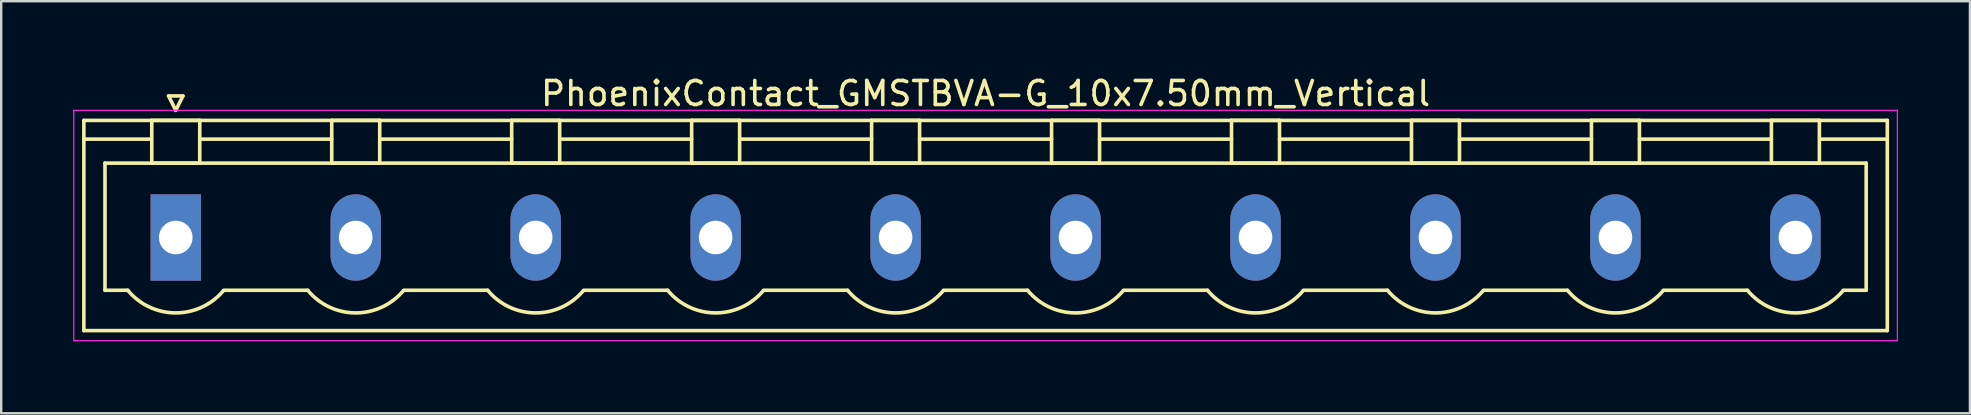
<source format=kicad_pcb>
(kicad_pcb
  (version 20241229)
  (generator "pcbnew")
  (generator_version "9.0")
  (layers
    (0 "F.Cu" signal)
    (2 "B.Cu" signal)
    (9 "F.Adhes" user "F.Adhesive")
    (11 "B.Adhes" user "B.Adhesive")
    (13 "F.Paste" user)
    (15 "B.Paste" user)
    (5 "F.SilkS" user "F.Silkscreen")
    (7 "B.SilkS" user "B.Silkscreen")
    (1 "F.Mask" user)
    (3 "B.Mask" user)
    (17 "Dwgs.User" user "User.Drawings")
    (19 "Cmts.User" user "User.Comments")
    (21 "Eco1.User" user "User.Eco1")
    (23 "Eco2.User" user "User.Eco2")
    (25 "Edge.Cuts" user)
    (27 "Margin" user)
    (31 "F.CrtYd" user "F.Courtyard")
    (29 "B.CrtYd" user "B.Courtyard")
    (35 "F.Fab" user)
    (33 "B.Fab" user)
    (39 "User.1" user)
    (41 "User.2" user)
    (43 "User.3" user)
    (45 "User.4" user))
  (footprint "PhoenixContact_GMSTBVA-G_10x7.50mm_Vertical"
    (layer "F.Cu")
    (at 4.275 6.848)
    (property "Reference" "PhoenixContact_GMSTBVA-G_10x7.50mm_Vertical" (at 33.75 -6 0) (layer "F.SilkS") (effects (font (size 1 1) (thickness 0.15))))
    (attr through_hole)
    (fp_line (start -3.83 -4.88) (end -3.83 3.88) (stroke (width 0.15) (type solid)) (layer "F.SilkS"))
    (fp_line (start -3.83 -4.1) (end -1.08 -4.1) (stroke (width 0.15) (type solid)) (layer "F.SilkS"))
    (fp_line (start -3.83 3.88) (end 71.33 3.88) (stroke (width 0.15) (type solid)) (layer "F.SilkS"))
    (fp_line (start -2.95 -3.1) (end 70.45 -3.1) (stroke (width 0.15) (type solid)) (layer "F.SilkS"))
    (fp_line (start -2.95 2.2) (end -2.95 -3.1) (stroke (width 0.15) (type solid)) (layer "F.SilkS"))
    (fp_line (start -2 2.2) (end -2.95 2.2) (stroke (width 0.15) (type solid)) (layer "F.SilkS"))
    (fp_line (start -1 -4.88) (end 1 -4.88) (stroke (width 0.15) (type solid)) (layer "F.SilkS"))
    (fp_line (start -1 -3.1) (end -1 -4.88) (stroke (width 0.15) (type solid)) (layer "F.SilkS"))
    (fp_line (start -0.3 -5.9) (end 0 -5.3) (stroke (width 0.15) (type solid)) (layer "F.SilkS"))
    (fp_line (start 0 -5.3) (end 0.3 -5.9) (stroke (width 0.15) (type solid)) (layer "F.SilkS"))
    (fp_line (start 0.3 -5.9) (end -0.3 -5.9) (stroke (width 0.15) (type solid)) (layer "F.SilkS"))
    (fp_line (start 1 -4.88) (end 1 -3.1) (stroke (width 0.15) (type solid)) (layer "F.SilkS"))
    (fp_line (start 1 -4.1) (end 6.5 -4.1) (stroke (width 0.15) (type solid)) (layer "F.SilkS"))
    (fp_line (start 1 -3.1) (end -1 -3.1) (stroke (width 0.15) (type solid)) (layer "F.SilkS"))
    (fp_line (start 2 2.2) (end 5.5 2.2) (stroke (width 0.15) (type solid)) (layer "F.SilkS"))
    (fp_line (start 6.5 -4.88) (end 8.5 -4.88) (stroke (width 0.15) (type solid)) (layer "F.SilkS"))
    (fp_line (start 6.5 -3.1) (end 6.5 -4.88) (stroke (width 0.15) (type solid)) (layer "F.SilkS"))
    (fp_line (start 8.5 -4.88) (end 8.5 -3.1) (stroke (width 0.15) (type solid)) (layer "F.SilkS"))
    (fp_line (start 8.5 -4.1) (end 14 -4.1) (stroke (width 0.15) (type solid)) (layer "F.SilkS"))
    (fp_line (start 8.5 -3.1) (end 6.5 -3.1) (stroke (width 0.15) (type solid)) (layer "F.SilkS"))
    (fp_line (start 9.5 2.2) (end 13 2.2) (stroke (width 0.15) (type solid)) (layer "F.SilkS"))
    (fp_line (start 14 -4.88) (end 16 -4.88) (stroke (width 0.15) (type solid)) (layer "F.SilkS"))
    (fp_line (start 14 -3.1) (end 14 -4.88) (stroke (width 0.15) (type solid)) (layer "F.SilkS"))
    (fp_line (start 16 -4.88) (end 16 -3.1) (stroke (width 0.15) (type solid)) (layer "F.SilkS"))
    (fp_line (start 16 -4.1) (end 21.5 -4.1) (stroke (width 0.15) (type solid)) (layer "F.SilkS"))
    (fp_line (start 16 -3.1) (end 14 -3.1) (stroke (width 0.15) (type solid)) (layer "F.SilkS"))
    (fp_line (start 17 2.2) (end 20.5 2.2) (stroke (width 0.15) (type solid)) (layer "F.SilkS"))
    (fp_line (start 21.5 -4.88) (end 23.5 -4.88) (stroke (width 0.15) (type solid)) (layer "F.SilkS"))
    (fp_line (start 21.5 -3.1) (end 21.5 -4.88) (stroke (width 0.15) (type solid)) (layer "F.SilkS"))
    (fp_line (start 23.5 -4.88) (end 23.5 -3.1) (stroke (width 0.15) (type solid)) (layer "F.SilkS"))
    (fp_line (start 23.5 -4.1) (end 29 -4.1) (stroke (width 0.15) (type solid)) (layer "F.SilkS"))
    (fp_line (start 23.5 -3.1) (end 21.5 -3.1) (stroke (width 0.15) (type solid)) (layer "F.SilkS"))
    (fp_line (start 24.5 2.2) (end 28 2.2) (stroke (width 0.15) (type solid)) (layer "F.SilkS"))
    (fp_line (start 29 -4.88) (end 31 -4.88) (stroke (width 0.15) (type solid)) (layer "F.SilkS"))
    (fp_line (start 29 -3.1) (end 29 -4.88) (stroke (width 0.15) (type solid)) (layer "F.SilkS"))
    (fp_line (start 31 -4.88) (end 31 -3.1) (stroke (width 0.15) (type solid)) (layer "F.SilkS"))
    (fp_line (start 31 -4.1) (end 36.5 -4.1) (stroke (width 0.15) (type solid)) (layer "F.SilkS"))
    (fp_line (start 31 -3.1) (end 29 -3.1) (stroke (width 0.15) (type solid)) (layer "F.SilkS"))
    (fp_line (start 32 2.2) (end 35.5 2.2) (stroke (width 0.15) (type solid)) (layer "F.SilkS"))
    (fp_line (start 36.5 -4.88) (end 38.5 -4.88) (stroke (width 0.15) (type solid)) (layer "F.SilkS"))
    (fp_line (start 36.5 -3.1) (end 36.5 -4.88) (stroke (width 0.15) (type solid)) (layer "F.SilkS"))
    (fp_line (start 38.5 -4.88) (end 38.5 -3.1) (stroke (width 0.15) (type solid)) (layer "F.SilkS"))
    (fp_line (start 38.5 -4.1) (end 44 -4.1) (stroke (width 0.15) (type solid)) (layer "F.SilkS"))
    (fp_line (start 38.5 -3.1) (end 36.5 -3.1) (stroke (width 0.15) (type solid)) (layer "F.SilkS"))
    (fp_line (start 39.5 2.2) (end 43 2.2) (stroke (width 0.15) (type solid)) (layer "F.SilkS"))
    (fp_line (start 44 -4.88) (end 46 -4.88) (stroke (width 0.15) (type solid)) (layer "F.SilkS"))
    (fp_line (start 44 -3.1) (end 44 -4.88) (stroke (width 0.15) (type solid)) (layer "F.SilkS"))
    (fp_line (start 46 -4.88) (end 46 -3.1) (stroke (width 0.15) (type solid)) (layer "F.SilkS"))
    (fp_line (start 46 -4.1) (end 51.5 -4.1) (stroke (width 0.15) (type solid)) (layer "F.SilkS"))
    (fp_line (start 46 -3.1) (end 44 -3.1) (stroke (width 0.15) (type solid)) (layer "F.SilkS"))
    (fp_line (start 47 2.2) (end 50.5 2.2) (stroke (width 0.15) (type solid)) (layer "F.SilkS"))
    (fp_line (start 51.5 -4.88) (end 53.5 -4.88) (stroke (width 0.15) (type solid)) (layer "F.SilkS"))
    (fp_line (start 51.5 -3.1) (end 51.5 -4.88) (stroke (width 0.15) (type solid)) (layer "F.SilkS"))
    (fp_line (start 53.5 -4.88) (end 53.5 -3.1) (stroke (width 0.15) (type solid)) (layer "F.SilkS"))
    (fp_line (start 53.5 -4.1) (end 59 -4.1) (stroke (width 0.15) (type solid)) (layer "F.SilkS"))
    (fp_line (start 53.5 -3.1) (end 51.5 -3.1) (stroke (width 0.15) (type solid)) (layer "F.SilkS"))
    (fp_line (start 54.5 2.2) (end 58 2.2) (stroke (width 0.15) (type solid)) (layer "F.SilkS"))
    (fp_line (start 59 -4.88) (end 61 -4.88) (stroke (width 0.15) (type solid)) (layer "F.SilkS"))
    (fp_line (start 59 -3.1) (end 59 -4.88) (stroke (width 0.15) (type solid)) (layer "F.SilkS"))
    (fp_line (start 61 -4.88) (end 61 -3.1) (stroke (width 0.15) (type solid)) (layer "F.SilkS"))
    (fp_line (start 61 -4.1) (end 66.5 -4.1) (stroke (width 0.15) (type solid)) (layer "F.SilkS"))
    (fp_line (start 61 -3.1) (end 59 -3.1) (stroke (width 0.15) (type solid)) (layer "F.SilkS"))
    (fp_line (start 62 2.2) (end 65.5 2.2) (stroke (width 0.15) (type solid)) (layer "F.SilkS"))
    (fp_line (start 66.5 -4.88) (end 68.5 -4.88) (stroke (width 0.15) (type solid)) (layer "F.SilkS"))
    (fp_line (start 66.5 -3.1) (end 66.5 -4.88) (stroke (width 0.15) (type solid)) (layer "F.SilkS"))
    (fp_line (start 68.5 -4.88) (end 68.5 -3.1) (stroke (width 0.15) (type solid)) (layer "F.SilkS"))
    (fp_line (start 68.5 -3.1) (end 66.5 -3.1) (stroke (width 0.15) (type solid)) (layer "F.SilkS"))
    (fp_line (start 70.45 -3.1) (end 70.45 2.2) (stroke (width 0.15) (type solid)) (layer "F.SilkS"))
    (fp_line (start 70.45 2.2) (end 69.5 2.2) (stroke (width 0.15) (type solid)) (layer "F.SilkS"))
    (fp_line (start 71.33 -4.88) (end -3.83 -4.88) (stroke (width 0.15) (type solid)) (layer "F.SilkS"))
    (fp_line (start 71.33 -4.1) (end 68.58 -4.1) (stroke (width 0.15) (type solid)) (layer "F.SilkS"))
    (fp_line (start 71.33 3.88) (end 71.33 -4.88) (stroke (width 0.15) (type solid)) (layer "F.SilkS"))
    (fp_arc (start 1.986842 2.215821) (mid -0.010289 3.142758) (end -2 2.2) (stroke (width 0.15) (type solid)) (layer "F.SilkS"))
    (fp_arc (start 9.486842 2.215821) (mid 7.489711 3.142758) (end 5.5 2.2) (stroke (width 0.15) (type solid)) (layer "F.SilkS"))
    (fp_arc (start 16.986842 2.215821) (mid 14.989711 3.142758) (end 13 2.2) (stroke (width 0.15) (type solid)) (layer "F.SilkS"))
    (fp_arc (start 24.486842 2.215821) (mid 22.489711 3.142758) (end 20.5 2.2) (stroke (width 0.15) (type solid)) (layer "F.SilkS"))
    (fp_arc (start 31.986842 2.215821) (mid 29.989711 3.142758) (end 28 2.2) (stroke (width 0.15) (type solid)) (layer "F.SilkS"))
    (fp_arc (start 39.486842 2.215821) (mid 37.489711 3.142758) (end 35.5 2.2) (stroke (width 0.15) (type solid)) (layer "F.SilkS"))
    (fp_arc (start 46.986842 2.215821) (mid 44.989711 3.142758) (end 43 2.2) (stroke (width 0.15) (type solid)) (layer "F.SilkS"))
    (fp_arc (start 54.486842 2.215821) (mid 52.489711 3.142758) (end 50.5 2.2) (stroke (width 0.15) (type solid)) (layer "F.SilkS"))
    (fp_arc (start 61.986842 2.215821) (mid 59.989711 3.142758) (end 58 2.2) (stroke (width 0.15) (type solid)) (layer "F.SilkS"))
    (fp_arc (start 69.486842 2.215821) (mid 67.489711 3.142758) (end 65.5 2.2) (stroke (width 0.15) (type solid)) (layer "F.SilkS"))
    (fp_line (start -4.25 -5.3) (end -4.25 4.3) (stroke (width 0.05) (type solid)) (layer "F.CrtYd"))
    (fp_line (start -4.25 4.3) (end 71.75 4.3) (stroke (width 0.05) (type solid)) (layer "F.CrtYd"))
    (fp_line (start 71.75 -5.3) (end -4.25 -5.3) (stroke (width 0.05) (type solid)) (layer "F.CrtYd"))
    (fp_line (start 71.75 4.3) (end 71.75 -5.3) (stroke (width 0.05) (type solid)) (layer "F.CrtYd"))
    (pad "1" thru_hole rect (at 0 0) (size 2.1 3.6) (drill 1.4) (layers "*.Cu" "*.Mask"))
    (pad "2" thru_hole oval (at 7.5 0) (size 2.1 3.6) (drill 1.4) (layers "*.Cu" "*.Mask"))
    (pad "3" thru_hole oval (at 15 0) (size 2.1 3.6) (drill 1.4) (layers "*.Cu" "*.Mask"))
    (pad "4" thru_hole oval (at 22.5 0) (size 2.1 3.6) (drill 1.4) (layers "*.Cu" "*.Mask"))
    (pad "5" thru_hole oval (at 30 0) (size 2.1 3.6) (drill 1.4) (layers "*.Cu" "*.Mask"))
    (pad "6" thru_hole oval (at 37.5 0) (size 2.1 3.6) (drill 1.4) (layers "*.Cu" "*.Mask"))
    (pad "7" thru_hole oval (at 45 0) (size 2.1 3.6) (drill 1.4) (layers "*.Cu" "*.Mask"))
    (pad "8" thru_hole oval (at 52.5 0) (size 2.1 3.6) (drill 1.4) (layers "*.Cu" "*.Mask"))
    (pad "9" thru_hole oval (at 60 0) (size 2.1 3.6) (drill 1.4) (layers "*.Cu" "*.Mask"))
    (pad "10" thru_hole oval (at 67.5 0) (size 2.1 3.6) (drill 1.4) (layers "*.Cu" "*.Mask")))
  (gr_rect
    (start -3 -3)
    (end 79.05 14.173)
    (stroke (width 0.1) (type default))
    (fill no)
    (layer "Edge.Cuts")))
</source>
